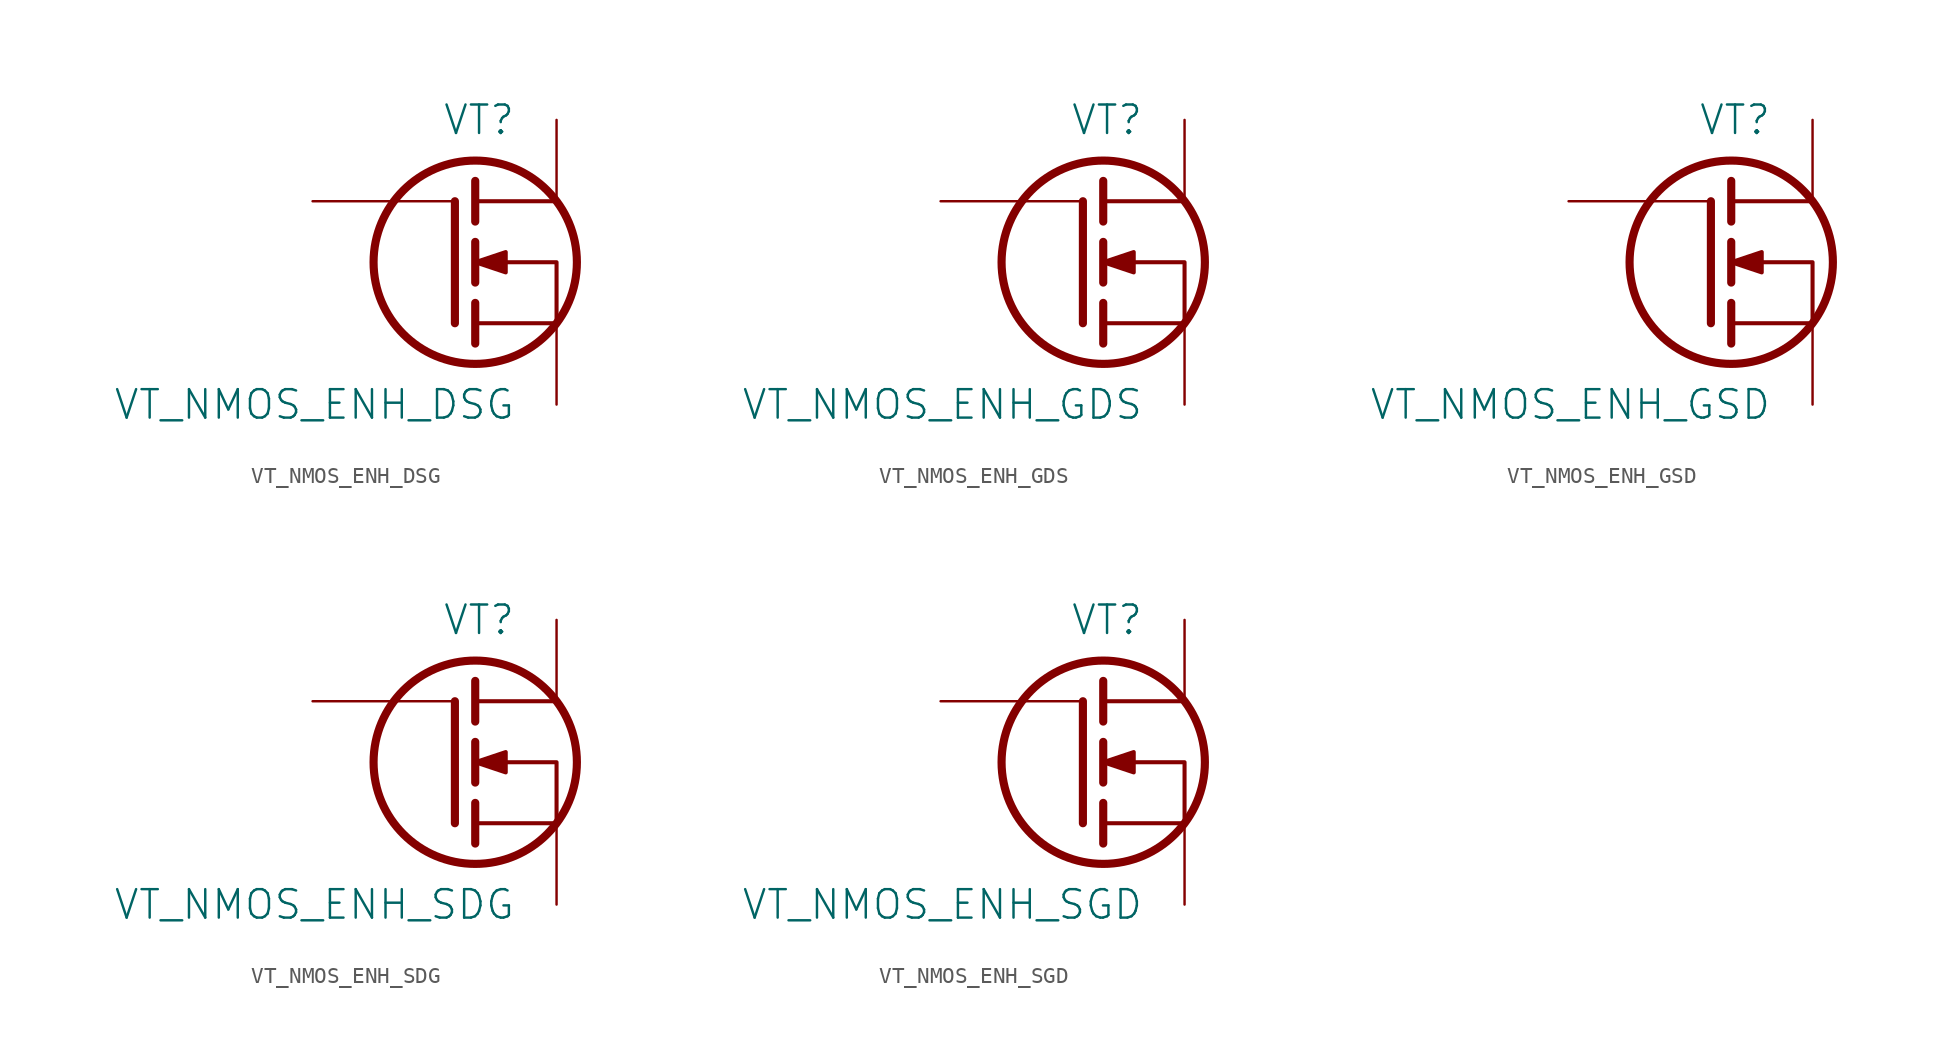
<source format=kicad_sym>
(kicad_symbol_lib
  (version 20211014)
  (generator kicad_symbol_editor)
  (symbol "VT_NMOS_ENH_DSG"
    (pin_names
      (offset 0))
    (property "Reference" "VT"
      (at 2.54 8.89 0)
      (effects (font (size 1.778 1.778)) (justify right)))
    (property "Value" "VT_NMOS_ENH_DSG"
      (at 2.54 -8.89 0)
      (effects (font (size 1.778 1.778)) (justify right)))
    (symbol "VT_NMOS_ENH_DSG_0_1"
      (polyline (pts (xy -10.16 3.81) (xy -1.27 3.81)) (stroke (width 0) (type default) (color 0 0 0 0)) (fill (type none)))
      (polyline (pts (xy -1.27 -3.81) (xy -1.27 3.81)) (stroke (width 0.508) (type default) (color 0 0 0 0)) (fill (type none)))
      (polyline (pts (xy 0 -3.81) (xy 5.08 -3.81)) (stroke (width 0.254) (type default) (color 0 0 0 0)) (fill (type none)))
      (polyline (pts (xy 0 -2.54) (xy 0 -5.08)) (stroke (width 0.508) (type default) (color 0 0 0 0)) (fill (type none)))
      (polyline (pts (xy 0 1.27) (xy 0 -1.27)) (stroke (width 0.508) (type default) (color 0 0 0 0)) (fill (type none)))
      (polyline (pts (xy 0 3.81) (xy 5.08 3.81)) (stroke (width 0.254) (type default) (color 0 0 0 0)) (fill (type none)))
      (polyline (pts (xy 0 5.08) (xy 0 2.54)) (stroke (width 0.508) (type default) (color 0 0 0 0)) (fill (type none)))
      (polyline (pts (xy 5.08 -3.81) (xy 5.08 -8.89)) (stroke (width 0) (type default) (color 0 0 0 0)) (fill (type none)))
      (polyline (pts (xy 5.08 8.89) (xy 5.08 3.81)) (stroke (width 0) (type default) (color 0 0 0 0)) (fill (type none)))
      (polyline (pts (xy 0 0) (xy 5.08 0) (xy 5.08 -3.81)) (stroke (width 0.254) (type default) (color 0 0 0 0)) (fill (type none)))
      (polyline (pts (xy 1.905 -0.635) (xy 0 0) (xy 1.905 0.635) (xy 1.905 -0.635)) (stroke (width 0.254) (type default) (color 0 0 0 0)) (fill (type outline)))
      (circle (center 0 0) (radius 6.35) (stroke (width 0.508) (type default) (color 0 0 0 0)) (fill (type none))))
    (symbol "VT_NMOS_ENH_DSG_1_1"
      (pin passive line (at 5.08 8.89 270) (length 2.54) hide (name "D" (effects (font (size 1.27 1.27)))) (number "1" (effects (font (size 1.27 1.27)))))
      (pin passive line (at 5.08 -8.89 90) (length 2.54) hide (name "S" (effects (font (size 1.27 1.27)))) (number "2" (effects (font (size 1.27 1.27)))))
      (pin passive line (at -10.16 3.81 0) (length 2.54) hide (name "G" (effects (font (size 1.27 1.27)))) (number "3" (effects (font (size 1.27 1.27)))))))
  (symbol "VT_NMOS_ENH_GDS"
    (pin_names
      (offset 0))
    (property "Reference" "VT"
      (at 2.54 8.89 0)
      (effects (font (size 1.778 1.778)) (justify right)))
    (property "Value" "VT_NMOS_ENH_GDS"
      (at 2.54 -8.89 0)
      (effects (font (size 1.778 1.778)) (justify right)))
    (symbol "VT_NMOS_ENH_GDS_0_1"
      (polyline (pts (xy -10.16 3.81) (xy -1.27 3.81)) (stroke (width 0) (type default) (color 0 0 0 0)) (fill (type none)))
      (polyline (pts (xy -1.27 -3.81) (xy -1.27 3.81)) (stroke (width 0.508) (type default) (color 0 0 0 0)) (fill (type none)))
      (polyline (pts (xy 0 -3.81) (xy 5.08 -3.81)) (stroke (width 0.254) (type default) (color 0 0 0 0)) (fill (type none)))
      (polyline (pts (xy 0 -2.54) (xy 0 -5.08)) (stroke (width 0.508) (type default) (color 0 0 0 0)) (fill (type none)))
      (polyline (pts (xy 0 1.27) (xy 0 -1.27)) (stroke (width 0.508) (type default) (color 0 0 0 0)) (fill (type none)))
      (polyline (pts (xy 0 3.81) (xy 5.08 3.81)) (stroke (width 0.254) (type default) (color 0 0 0 0)) (fill (type none)))
      (polyline (pts (xy 0 5.08) (xy 0 2.54)) (stroke (width 0.508) (type default) (color 0 0 0 0)) (fill (type none)))
      (polyline (pts (xy 5.08 -3.81) (xy 5.08 -8.89)) (stroke (width 0) (type default) (color 0 0 0 0)) (fill (type none)))
      (polyline (pts (xy 5.08 8.89) (xy 5.08 3.81)) (stroke (width 0) (type default) (color 0 0 0 0)) (fill (type none)))
      (polyline (pts (xy 0 0) (xy 5.08 0) (xy 5.08 -3.81)) (stroke (width 0.254) (type default) (color 0 0 0 0)) (fill (type none)))
      (polyline (pts (xy 1.905 -0.635) (xy 0 0) (xy 1.905 0.635) (xy 1.905 -0.635)) (stroke (width 0.254) (type default) (color 0 0 0 0)) (fill (type outline)))
      (circle (center 0 0) (radius 6.35) (stroke (width 0.508) (type default) (color 0 0 0 0)) (fill (type none))))
    (symbol "VT_NMOS_ENH_GDS_1_1"
      (pin passive line (at -10.16 3.81 0) (length 2.54) hide (name "G" (effects (font (size 1.27 1.27)))) (number "1" (effects (font (size 1.27 1.27)))))
      (pin passive line (at 5.08 8.89 270) (length 2.54) hide (name "D" (effects (font (size 1.27 1.27)))) (number "2" (effects (font (size 1.27 1.27)))))
      (pin passive line (at 5.08 -8.89 90) (length 2.54) hide (name "S" (effects (font (size 1.27 1.27)))) (number "3" (effects (font (size 1.27 1.27)))))))
  (symbol "VT_NMOS_ENH_GSD"
    (pin_names
      (offset 0))
    (property "Reference" "VT"
      (at 2.54 8.89 0)
      (effects (font (size 1.778 1.778)) (justify right)))
    (property "Value" "VT_NMOS_ENH_GSD"
      (at 2.54 -8.89 0)
      (effects (font (size 1.778 1.778)) (justify right)))
    (symbol "VT_NMOS_ENH_GSD_0_1"
      (polyline (pts (xy -10.16 3.81) (xy -1.27 3.81)) (stroke (width 0) (type default) (color 0 0 0 0)) (fill (type none)))
      (polyline (pts (xy -1.27 -3.81) (xy -1.27 3.81)) (stroke (width 0.508) (type default) (color 0 0 0 0)) (fill (type none)))
      (polyline (pts (xy 0 -3.81) (xy 5.08 -3.81)) (stroke (width 0.254) (type default) (color 0 0 0 0)) (fill (type none)))
      (polyline (pts (xy 0 -2.54) (xy 0 -5.08)) (stroke (width 0.508) (type default) (color 0 0 0 0)) (fill (type none)))
      (polyline (pts (xy 0 1.27) (xy 0 -1.27)) (stroke (width 0.508) (type default) (color 0 0 0 0)) (fill (type none)))
      (polyline (pts (xy 0 3.81) (xy 5.08 3.81)) (stroke (width 0.254) (type default) (color 0 0 0 0)) (fill (type none)))
      (polyline (pts (xy 0 5.08) (xy 0 2.54)) (stroke (width 0.508) (type default) (color 0 0 0 0)) (fill (type none)))
      (polyline (pts (xy 5.08 -3.81) (xy 5.08 -8.89)) (stroke (width 0) (type default) (color 0 0 0 0)) (fill (type none)))
      (polyline (pts (xy 5.08 8.89) (xy 5.08 3.81)) (stroke (width 0) (type default) (color 0 0 0 0)) (fill (type none)))
      (polyline (pts (xy 0 0) (xy 5.08 0) (xy 5.08 -3.81)) (stroke (width 0.254) (type default) (color 0 0 0 0)) (fill (type none)))
      (polyline (pts (xy 1.905 -0.635) (xy 0 0) (xy 1.905 0.635) (xy 1.905 -0.635)) (stroke (width 0.254) (type default) (color 0 0 0 0)) (fill (type outline)))
      (circle (center 0 0) (radius 6.35) (stroke (width 0.508) (type default) (color 0 0 0 0)) (fill (type none))))
    (symbol "VT_NMOS_ENH_GSD_1_1"
      (pin passive line (at -10.16 3.81 0) (length 2.54) hide (name "G" (effects (font (size 1.27 1.27)))) (number "1" (effects (font (size 1.27 1.27)))))
      (pin passive line (at 5.08 -8.89 90) (length 2.54) hide (name "S" (effects (font (size 1.27 1.27)))) (number "2" (effects (font (size 1.27 1.27)))))
      (pin passive line (at 5.08 8.89 270) (length 2.54) hide (name "D" (effects (font (size 1.27 1.27)))) (number "3" (effects (font (size 1.27 1.27)))))))
  (symbol "VT_NMOS_ENH_SDG"
    (pin_names
      (offset 0))
    (property "Reference" "VT"
      (at 2.54 8.89 0)
      (effects (font (size 1.778 1.778)) (justify right)))
    (property "Value" "VT_NMOS_ENH_SDG"
      (at 2.54 -8.89 0)
      (effects (font (size 1.778 1.778)) (justify right)))
    (symbol "VT_NMOS_ENH_SDG_0_1"
      (polyline (pts (xy -10.16 3.81) (xy -1.27 3.81)) (stroke (width 0) (type default) (color 0 0 0 0)) (fill (type none)))
      (polyline (pts (xy -1.27 -3.81) (xy -1.27 3.81)) (stroke (width 0.508) (type default) (color 0 0 0 0)) (fill (type none)))
      (polyline (pts (xy 0 -3.81) (xy 5.08 -3.81)) (stroke (width 0.254) (type default) (color 0 0 0 0)) (fill (type none)))
      (polyline (pts (xy 0 -2.54) (xy 0 -5.08)) (stroke (width 0.508) (type default) (color 0 0 0 0)) (fill (type none)))
      (polyline (pts (xy 0 1.27) (xy 0 -1.27)) (stroke (width 0.508) (type default) (color 0 0 0 0)) (fill (type none)))
      (polyline (pts (xy 0 3.81) (xy 5.08 3.81)) (stroke (width 0.254) (type default) (color 0 0 0 0)) (fill (type none)))
      (polyline (pts (xy 0 5.08) (xy 0 2.54)) (stroke (width 0.508) (type default) (color 0 0 0 0)) (fill (type none)))
      (polyline (pts (xy 5.08 -3.81) (xy 5.08 -8.89)) (stroke (width 0) (type default) (color 0 0 0 0)) (fill (type none)))
      (polyline (pts (xy 5.08 8.89) (xy 5.08 3.81)) (stroke (width 0) (type default) (color 0 0 0 0)) (fill (type none)))
      (polyline (pts (xy 0 0) (xy 5.08 0) (xy 5.08 -3.81)) (stroke (width 0.254) (type default) (color 0 0 0 0)) (fill (type none)))
      (polyline (pts (xy 1.905 -0.635) (xy 0 0) (xy 1.905 0.635) (xy 1.905 -0.635)) (stroke (width 0.254) (type default) (color 0 0 0 0)) (fill (type outline)))
      (circle (center 0 0) (radius 6.35) (stroke (width 0.508) (type default) (color 0 0 0 0)) (fill (type none))))
    (symbol "VT_NMOS_ENH_SDG_1_1"
      (pin passive line (at 5.08 -8.89 90) (length 2.54) hide (name "S" (effects (font (size 1.27 1.27)))) (number "1" (effects (font (size 1.27 1.27)))))
      (pin passive line (at 5.08 8.89 270) (length 2.54) hide (name "D" (effects (font (size 1.27 1.27)))) (number "2" (effects (font (size 1.27 1.27)))))
      (pin passive line (at -10.16 3.81 0) (length 2.54) hide (name "G" (effects (font (size 1.27 1.27)))) (number "3" (effects (font (size 1.27 1.27)))))))
  (symbol "VT_NMOS_ENH_SGD"
    (pin_names
      (offset 0))
    (property "Reference" "VT"
      (at 2.54 8.89 0)
      (effects (font (size 1.778 1.778)) (justify right)))
    (property "Value" "VT_NMOS_ENH_SGD"
      (at 2.54 -8.89 0)
      (effects (font (size 1.778 1.778)) (justify right)))
    (symbol "VT_NMOS_ENH_SGD_0_1"
      (polyline (pts (xy -10.16 3.81) (xy -1.27 3.81)) (stroke (width 0) (type default) (color 0 0 0 0)) (fill (type none)))
      (polyline (pts (xy -1.27 -3.81) (xy -1.27 3.81)) (stroke (width 0.508) (type default) (color 0 0 0 0)) (fill (type none)))
      (polyline (pts (xy 0 -3.81) (xy 5.08 -3.81)) (stroke (width 0.254) (type default) (color 0 0 0 0)) (fill (type none)))
      (polyline (pts (xy 0 -2.54) (xy 0 -5.08)) (stroke (width 0.508) (type default) (color 0 0 0 0)) (fill (type none)))
      (polyline (pts (xy 0 1.27) (xy 0 -1.27)) (stroke (width 0.508) (type default) (color 0 0 0 0)) (fill (type none)))
      (polyline (pts (xy 0 3.81) (xy 5.08 3.81)) (stroke (width 0.254) (type default) (color 0 0 0 0)) (fill (type none)))
      (polyline (pts (xy 0 5.08) (xy 0 2.54)) (stroke (width 0.508) (type default) (color 0 0 0 0)) (fill (type none)))
      (polyline (pts (xy 5.08 -3.81) (xy 5.08 -8.89)) (stroke (width 0) (type default) (color 0 0 0 0)) (fill (type none)))
      (polyline (pts (xy 5.08 8.89) (xy 5.08 3.81)) (stroke (width 0) (type default) (color 0 0 0 0)) (fill (type none)))
      (polyline (pts (xy 0 0) (xy 5.08 0) (xy 5.08 -3.81)) (stroke (width 0.254) (type default) (color 0 0 0 0)) (fill (type none)))
      (polyline (pts (xy 1.905 -0.635) (xy 0 0) (xy 1.905 0.635) (xy 1.905 -0.635)) (stroke (width 0.254) (type default) (color 0 0 0 0)) (fill (type outline)))
      (circle (center 0 0) (radius 6.35) (stroke (width 0.508) (type default) (color 0 0 0 0)) (fill (type none))))
    (symbol "VT_NMOS_ENH_SGD_1_1"
      (pin passive line (at 5.08 -8.89 90) (length 2.54) hide (name "S" (effects (font (size 1.27 1.27)))) (number "1" (effects (font (size 1.27 1.27)))))
      (pin passive line (at -10.16 3.81 0) (length 2.54) hide (name "G" (effects (font (size 1.27 1.27)))) (number "2" (effects (font (size 1.27 1.27)))))
      (pin passive line (at 5.08 8.89 270) (length 2.54) hide (name "D" (effects (font (size 1.27 1.27)))) (number "3" (effects (font (size 1.27 1.27))))))))
</source>
